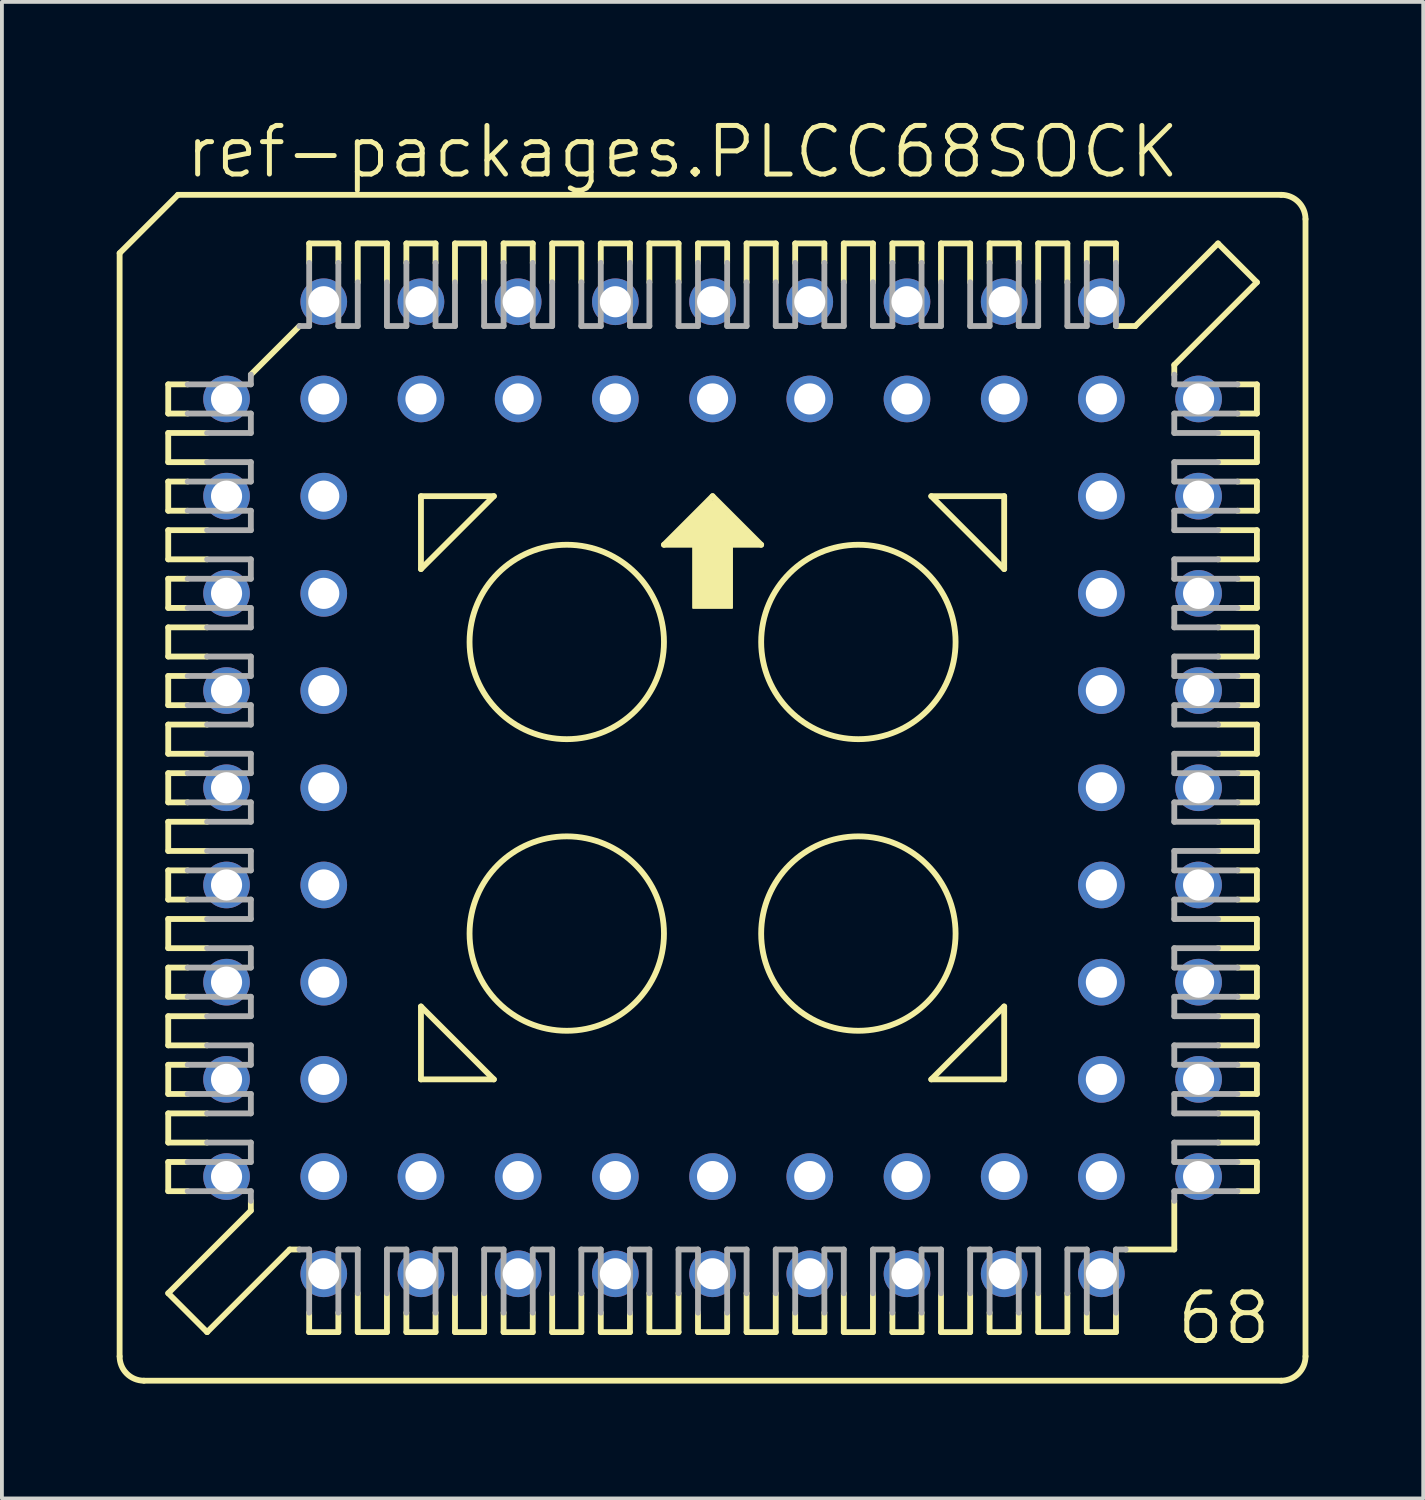
<source format=kicad_pcb>
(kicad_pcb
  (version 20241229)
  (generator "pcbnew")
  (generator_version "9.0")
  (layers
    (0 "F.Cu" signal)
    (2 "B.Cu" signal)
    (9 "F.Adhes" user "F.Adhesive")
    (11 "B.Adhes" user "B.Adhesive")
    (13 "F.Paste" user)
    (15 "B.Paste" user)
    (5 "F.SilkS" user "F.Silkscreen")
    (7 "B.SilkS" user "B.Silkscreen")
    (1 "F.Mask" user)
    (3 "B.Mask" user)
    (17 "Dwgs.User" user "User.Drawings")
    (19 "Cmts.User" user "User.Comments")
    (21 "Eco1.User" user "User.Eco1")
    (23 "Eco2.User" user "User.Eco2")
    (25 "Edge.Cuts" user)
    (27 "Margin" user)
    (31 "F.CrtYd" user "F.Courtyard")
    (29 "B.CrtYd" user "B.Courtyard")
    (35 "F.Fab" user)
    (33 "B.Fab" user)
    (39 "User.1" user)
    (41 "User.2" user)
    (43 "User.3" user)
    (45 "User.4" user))
  (footprint "ref-packages.PLCC68SOCK"
    (layer "F.Cu")
    (at 15.57 17.535)
    (property "Reference" "ref-packages.PLCC68SOCK" (at -13.843 -15.875 0) (layer "F.SilkS") (effects (font (size 1.27 1.27) (thickness 0.13)) (justify left bottom)))
    (attr through_hole)
    (fp_line (start -15.494 -13.97) (end -15.494 14.859) (stroke (width 0.152) (type default)) (layer "F.SilkS"))
    (fp_line (start -14.224 -10.541) (end -14.224 -9.779) (stroke (width 0.152) (type default)) (layer "F.SilkS"))
    (fp_line (start -14.224 -9.779) (end -13.716 -9.779) (stroke (width 0.152) (type default)) (layer "F.SilkS"))
    (fp_line (start -14.224 -9.271) (end -14.224 -8.509) (stroke (width 0.152) (type default)) (layer "F.SilkS"))
    (fp_line (start -14.224 -8.509) (end -13.208 -8.509) (stroke (width 0.152) (type default)) (layer "F.SilkS"))
    (fp_line (start -14.224 -8.001) (end -13.716 -8.001) (stroke (width 0.152) (type default)) (layer "F.SilkS"))
    (fp_line (start -14.224 -7.239) (end -14.224 -8.001) (stroke (width 0.152) (type default)) (layer "F.SilkS"))
    (fp_line (start -14.224 -6.731) (end -14.224 -5.969) (stroke (width 0.152) (type default)) (layer "F.SilkS"))
    (fp_line (start -14.224 -5.969) (end -13.208 -5.969) (stroke (width 0.152) (type default)) (layer "F.SilkS"))
    (fp_line (start -14.224 -5.461) (end -14.224 -4.699) (stroke (width 0.152) (type default)) (layer "F.SilkS"))
    (fp_line (start -14.224 -4.699) (end -13.716 -4.699) (stroke (width 0.152) (type default)) (layer "F.SilkS"))
    (fp_line (start -14.224 -4.191) (end -14.224 -3.429) (stroke (width 0.152) (type default)) (layer "F.SilkS"))
    (fp_line (start -14.224 -3.429) (end -13.208 -3.429) (stroke (width 0.152) (type default)) (layer "F.SilkS"))
    (fp_line (start -14.224 -2.921) (end -14.224 -2.159) (stroke (width 0.152) (type default)) (layer "F.SilkS"))
    (fp_line (start -14.224 -2.159) (end -13.716 -2.159) (stroke (width 0.152) (type default)) (layer "F.SilkS"))
    (fp_line (start -14.224 -1.651) (end -13.208 -1.651) (stroke (width 0.152) (type default)) (layer "F.SilkS"))
    (fp_line (start -14.224 -0.889) (end -14.224 -1.651) (stroke (width 0.152) (type default)) (layer "F.SilkS"))
    (fp_line (start -14.224 -0.381) (end -13.716 -0.381) (stroke (width 0.152) (type default)) (layer "F.SilkS"))
    (fp_line (start -14.224 0.381) (end -14.224 -0.381) (stroke (width 0.152) (type default)) (layer "F.SilkS"))
    (fp_line (start -14.224 0.889) (end -13.208 0.889) (stroke (width 0.152) (type default)) (layer "F.SilkS"))
    (fp_line (start -14.224 1.651) (end -14.224 0.889) (stroke (width 0.152) (type default)) (layer "F.SilkS"))
    (fp_line (start -14.224 2.159) (end -13.716 2.159) (stroke (width 0.152) (type default)) (layer "F.SilkS"))
    (fp_line (start -14.224 2.921) (end -14.224 2.159) (stroke (width 0.152) (type default)) (layer "F.SilkS"))
    (fp_line (start -14.224 3.429) (end -13.208 3.429) (stroke (width 0.152) (type default)) (layer "F.SilkS"))
    (fp_line (start -14.224 4.191) (end -14.224 3.429) (stroke (width 0.152) (type default)) (layer "F.SilkS"))
    (fp_line (start -14.224 4.699) (end -13.716 4.699) (stroke (width 0.152) (type default)) (layer "F.SilkS"))
    (fp_line (start -14.224 5.461) (end -14.224 4.699) (stroke (width 0.152) (type default)) (layer "F.SilkS"))
    (fp_line (start -14.224 5.969) (end -14.224 6.731) (stroke (width 0.152) (type default)) (layer "F.SilkS"))
    (fp_line (start -14.224 6.731) (end -13.208 6.731) (stroke (width 0.152) (type default)) (layer "F.SilkS"))
    (fp_line (start -14.224 7.239) (end -14.224 8.001) (stroke (width 0.152) (type default)) (layer "F.SilkS"))
    (fp_line (start -14.224 8.001) (end -13.716 8.001) (stroke (width 0.152) (type default)) (layer "F.SilkS"))
    (fp_line (start -14.224 8.509) (end -14.224 9.271) (stroke (width 0.152) (type default)) (layer "F.SilkS"))
    (fp_line (start -14.224 9.271) (end -13.208 9.271) (stroke (width 0.152) (type default)) (layer "F.SilkS"))
    (fp_line (start -14.224 9.779) (end -13.716 9.779) (stroke (width 0.152) (type default)) (layer "F.SilkS"))
    (fp_line (start -14.224 10.541) (end -14.224 9.779) (stroke (width 0.152) (type default)) (layer "F.SilkS"))
    (fp_line (start -14.224 13.208) (end -12.065 11.049) (stroke (width 0.152) (type default)) (layer "F.SilkS"))
    (fp_line (start -13.97 -15.494) (end -15.494 -13.97) (stroke (width 0.152) (type default)) (layer "F.SilkS"))
    (fp_line (start -13.716 -10.541) (end -14.224 -10.541) (stroke (width 0.152) (type default)) (layer "F.SilkS"))
    (fp_line (start -13.716 -7.239) (end -14.224 -7.239) (stroke (width 0.152) (type default)) (layer "F.SilkS"))
    (fp_line (start -13.716 -5.461) (end -14.224 -5.461) (stroke (width 0.152) (type default)) (layer "F.SilkS"))
    (fp_line (start -13.716 -2.921) (end -14.224 -2.921) (stroke (width 0.152) (type default)) (layer "F.SilkS"))
    (fp_line (start -13.716 0.381) (end -14.224 0.381) (stroke (width 0.152) (type default)) (layer "F.SilkS"))
    (fp_line (start -13.716 2.921) (end -14.224 2.921) (stroke (width 0.152) (type default)) (layer "F.SilkS"))
    (fp_line (start -13.716 5.461) (end -14.224 5.461) (stroke (width 0.152) (type default)) (layer "F.SilkS"))
    (fp_line (start -13.716 7.239) (end -14.224 7.239) (stroke (width 0.152) (type default)) (layer "F.SilkS"))
    (fp_line (start -13.716 10.541) (end -14.224 10.541) (stroke (width 0.152) (type default)) (layer "F.SilkS"))
    (fp_line (start -13.208 -9.271) (end -14.224 -9.271) (stroke (width 0.152) (type default)) (layer "F.SilkS"))
    (fp_line (start -13.208 -6.731) (end -14.224 -6.731) (stroke (width 0.152) (type default)) (layer "F.SilkS"))
    (fp_line (start -13.208 -4.191) (end -14.224 -4.191) (stroke (width 0.152) (type default)) (layer "F.SilkS"))
    (fp_line (start -13.208 -0.889) (end -14.224 -0.889) (stroke (width 0.152) (type default)) (layer "F.SilkS"))
    (fp_line (start -13.208 1.651) (end -14.224 1.651) (stroke (width 0.152) (type default)) (layer "F.SilkS"))
    (fp_line (start -13.208 4.191) (end -14.224 4.191) (stroke (width 0.152) (type default)) (layer "F.SilkS"))
    (fp_line (start -13.208 5.969) (end -14.224 5.969) (stroke (width 0.152) (type default)) (layer "F.SilkS"))
    (fp_line (start -13.208 8.509) (end -14.224 8.509) (stroke (width 0.152) (type default)) (layer "F.SilkS"))
    (fp_line (start -13.208 14.224) (end -14.224 13.208) (stroke (width 0.152) (type default)) (layer "F.SilkS"))
    (fp_line (start -13.208 14.224) (end -11.049 12.065) (stroke (width 0.152) (type default)) (layer "F.SilkS"))
    (fp_line (start -12.065 -10.795) (end -10.795 -12.065) (stroke (width 0.152) (type default)) (layer "F.SilkS"))
    (fp_line (start -12.065 11.049) (end -12.065 10.795) (stroke (width 0.152) (type default)) (layer "F.SilkS"))
    (fp_line (start -11.049 12.065) (end -10.795 12.065) (stroke (width 0.152) (type default)) (layer "F.SilkS"))
    (fp_line (start -10.541 -14.224) (end -10.541 -13.716) (stroke (width 0.152) (type default)) (layer "F.SilkS"))
    (fp_line (start -10.541 13.716) (end -10.541 14.224) (stroke (width 0.152) (type default)) (layer "F.SilkS"))
    (fp_line (start -10.541 14.224) (end -9.779 14.224) (stroke (width 0.152) (type default)) (layer "F.SilkS"))
    (fp_line (start -9.779 -14.224) (end -10.541 -14.224) (stroke (width 0.152) (type default)) (layer "F.SilkS"))
    (fp_line (start -9.779 -13.716) (end -9.779 -14.224) (stroke (width 0.152) (type default)) (layer "F.SilkS"))
    (fp_line (start -9.779 14.224) (end -9.779 13.716) (stroke (width 0.152) (type default)) (layer "F.SilkS"))
    (fp_line (start -9.271 -14.224) (end -9.271 -13.208) (stroke (width 0.152) (type default)) (layer "F.SilkS"))
    (fp_line (start -9.271 13.208) (end -9.271 14.224) (stroke (width 0.152) (type default)) (layer "F.SilkS"))
    (fp_line (start -9.271 14.224) (end -8.509 14.224) (stroke (width 0.152) (type default)) (layer "F.SilkS"))
    (fp_line (start -8.509 -14.224) (end -9.271 -14.224) (stroke (width 0.152) (type default)) (layer "F.SilkS"))
    (fp_line (start -8.509 -13.208) (end -8.509 -14.224) (stroke (width 0.152) (type default)) (layer "F.SilkS"))
    (fp_line (start -8.509 14.224) (end -8.509 13.208) (stroke (width 0.152) (type default)) (layer "F.SilkS"))
    (fp_line (start -8.001 -14.224) (end -8.001 -13.716) (stroke (width 0.152) (type default)) (layer "F.SilkS"))
    (fp_line (start -8.001 14.224) (end -8.001 13.716) (stroke (width 0.152) (type default)) (layer "F.SilkS"))
    (fp_line (start -7.62 -7.62) (end -5.715 -7.62) (stroke (width 0.152) (type default)) (layer "F.SilkS"))
    (fp_line (start -7.62 -5.715) (end -7.62 -7.62) (stroke (width 0.152) (type default)) (layer "F.SilkS"))
    (fp_line (start -7.62 5.715) (end -5.715 7.62) (stroke (width 0.152) (type default)) (layer "F.SilkS"))
    (fp_line (start -7.62 7.62) (end -7.62 5.715) (stroke (width 0.152) (type default)) (layer "F.SilkS"))
    (fp_line (start -7.239 -14.224) (end -8.001 -14.224) (stroke (width 0.152) (type default)) (layer "F.SilkS"))
    (fp_line (start -7.239 -13.716) (end -7.239 -14.224) (stroke (width 0.152) (type default)) (layer "F.SilkS"))
    (fp_line (start -7.239 13.716) (end -7.239 14.224) (stroke (width 0.152) (type default)) (layer "F.SilkS"))
    (fp_line (start -7.239 14.224) (end -8.001 14.224) (stroke (width 0.152) (type default)) (layer "F.SilkS"))
    (fp_line (start -6.731 -14.224) (end -6.731 -13.208) (stroke (width 0.152) (type default)) (layer "F.SilkS"))
    (fp_line (start -6.731 13.208) (end -6.731 14.224) (stroke (width 0.152) (type default)) (layer "F.SilkS"))
    (fp_line (start -6.731 14.224) (end -5.969 14.224) (stroke (width 0.152) (type default)) (layer "F.SilkS"))
    (fp_line (start -5.969 -14.224) (end -6.731 -14.224) (stroke (width 0.152) (type default)) (layer "F.SilkS"))
    (fp_line (start -5.969 -13.208) (end -5.969 -14.224) (stroke (width 0.152) (type default)) (layer "F.SilkS"))
    (fp_line (start -5.969 14.224) (end -5.969 13.208) (stroke (width 0.152) (type default)) (layer "F.SilkS"))
    (fp_line (start -5.715 -7.62) (end -7.62 -5.715) (stroke (width 0.152) (type default)) (layer "F.SilkS"))
    (fp_line (start -5.715 7.62) (end -7.62 7.62) (stroke (width 0.152) (type default)) (layer "F.SilkS"))
    (fp_line (start -5.461 -14.224) (end -5.461 -13.716) (stroke (width 0.152) (type default)) (layer "F.SilkS"))
    (fp_line (start -5.461 13.716) (end -5.461 14.224) (stroke (width 0.152) (type default)) (layer "F.SilkS"))
    (fp_line (start -5.461 14.224) (end -4.699 14.224) (stroke (width 0.152) (type default)) (layer "F.SilkS"))
    (fp_line (start -4.699 -14.224) (end -5.461 -14.224) (stroke (width 0.152) (type default)) (layer "F.SilkS"))
    (fp_line (start -4.699 -13.716) (end -4.699 -14.224) (stroke (width 0.152) (type default)) (layer "F.SilkS"))
    (fp_line (start -4.699 14.224) (end -4.699 13.716) (stroke (width 0.152) (type default)) (layer "F.SilkS"))
    (fp_line (start -4.191 -14.224) (end -4.191 -13.208) (stroke (width 0.152) (type default)) (layer "F.SilkS"))
    (fp_line (start -4.191 13.208) (end -4.191 14.224) (stroke (width 0.152) (type default)) (layer "F.SilkS"))
    (fp_line (start -4.191 14.224) (end -3.429 14.224) (stroke (width 0.152) (type default)) (layer "F.SilkS"))
    (fp_line (start -3.429 -14.224) (end -4.191 -14.224) (stroke (width 0.152) (type default)) (layer "F.SilkS"))
    (fp_line (start -3.429 -13.208) (end -3.429 -14.224) (stroke (width 0.152) (type default)) (layer "F.SilkS"))
    (fp_line (start -3.429 14.224) (end -3.429 13.208) (stroke (width 0.152) (type default)) (layer "F.SilkS"))
    (fp_line (start -2.921 -14.224) (end -2.921 -13.716) (stroke (width 0.152) (type default)) (layer "F.SilkS"))
    (fp_line (start -2.921 13.716) (end -2.921 14.224) (stroke (width 0.152) (type default)) (layer "F.SilkS"))
    (fp_line (start -2.921 14.224) (end -2.159 14.224) (stroke (width 0.152) (type default)) (layer "F.SilkS"))
    (fp_line (start -2.159 -14.224) (end -2.921 -14.224) (stroke (width 0.152) (type default)) (layer "F.SilkS"))
    (fp_line (start -2.159 -13.716) (end -2.159 -14.224) (stroke (width 0.152) (type default)) (layer "F.SilkS"))
    (fp_line (start -2.159 14.224) (end -2.159 13.716) (stroke (width 0.152) (type default)) (layer "F.SilkS"))
    (fp_line (start -1.651 -14.224) (end -1.651 -13.208) (stroke (width 0.152) (type default)) (layer "F.SilkS"))
    (fp_line (start -1.651 13.208) (end -1.651 14.224) (stroke (width 0.152) (type default)) (layer "F.SilkS"))
    (fp_line (start -1.651 14.224) (end -0.889 14.224) (stroke (width 0.152) (type default)) (layer "F.SilkS"))
    (fp_line (start -1.27 -6.35) (end 1.27 -6.35) (stroke (width 0.152) (type default)) (layer "F.SilkS"))
    (fp_line (start -0.889 -14.224) (end -1.651 -14.224) (stroke (width 0.152) (type default)) (layer "F.SilkS"))
    (fp_line (start -0.889 -13.208) (end -0.889 -14.224) (stroke (width 0.152) (type default)) (layer "F.SilkS"))
    (fp_line (start -0.889 14.224) (end -0.889 13.208) (stroke (width 0.152) (type default)) (layer "F.SilkS"))
    (fp_line (start -0.381 -14.224) (end -0.381 -13.716) (stroke (width 0.152) (type default)) (layer "F.SilkS"))
    (fp_line (start -0.381 13.716) (end -0.381 14.224) (stroke (width 0.152) (type default)) (layer "F.SilkS"))
    (fp_line (start -0.381 14.224) (end 0.381 14.224) (stroke (width 0.152) (type default)) (layer "F.SilkS"))
    (fp_line (start 0 -7.62) (end -1.27 -6.35) (stroke (width 0.152) (type default)) (layer "F.SilkS"))
    (fp_line (start 0.381 -14.224) (end -0.381 -14.224) (stroke (width 0.152) (type default)) (layer "F.SilkS"))
    (fp_line (start 0.381 -13.716) (end 0.381 -14.224) (stroke (width 0.152) (type default)) (layer "F.SilkS"))
    (fp_line (start 0.381 14.224) (end 0.381 13.716) (stroke (width 0.152) (type default)) (layer "F.SilkS"))
    (fp_line (start 0.889 -14.224) (end 0.889 -13.208) (stroke (width 0.152) (type default)) (layer "F.SilkS"))
    (fp_line (start 0.889 13.208) (end 0.889 14.224) (stroke (width 0.152) (type default)) (layer "F.SilkS"))
    (fp_line (start 0.889 14.224) (end 1.651 14.224) (stroke (width 0.152) (type default)) (layer "F.SilkS"))
    (fp_line (start 1.27 -6.35) (end 0 -7.62) (stroke (width 0.152) (type default)) (layer "F.SilkS"))
    (fp_line (start 1.651 -14.224) (end 0.889 -14.224) (stroke (width 0.152) (type default)) (layer "F.SilkS"))
    (fp_line (start 1.651 -13.208) (end 1.651 -14.224) (stroke (width 0.152) (type default)) (layer "F.SilkS"))
    (fp_line (start 1.651 14.224) (end 1.651 13.208) (stroke (width 0.152) (type default)) (layer "F.SilkS"))
    (fp_line (start 2.159 -14.224) (end 2.159 -13.716) (stroke (width 0.152) (type default)) (layer "F.SilkS"))
    (fp_line (start 2.159 13.716) (end 2.159 14.224) (stroke (width 0.152) (type default)) (layer "F.SilkS"))
    (fp_line (start 2.159 14.224) (end 2.921 14.224) (stroke (width 0.152) (type default)) (layer "F.SilkS"))
    (fp_line (start 2.921 -14.224) (end 2.159 -14.224) (stroke (width 0.152) (type default)) (layer "F.SilkS"))
    (fp_line (start 2.921 -13.716) (end 2.921 -14.224) (stroke (width 0.152) (type default)) (layer "F.SilkS"))
    (fp_line (start 2.921 14.224) (end 2.921 13.716) (stroke (width 0.152) (type default)) (layer "F.SilkS"))
    (fp_line (start 3.429 -14.224) (end 3.429 -13.208) (stroke (width 0.152) (type default)) (layer "F.SilkS"))
    (fp_line (start 3.429 13.208) (end 3.429 14.224) (stroke (width 0.152) (type default)) (layer "F.SilkS"))
    (fp_line (start 3.429 14.224) (end 4.191 14.224) (stroke (width 0.152) (type default)) (layer "F.SilkS"))
    (fp_line (start 4.191 -14.224) (end 3.429 -14.224) (stroke (width 0.152) (type default)) (layer "F.SilkS"))
    (fp_line (start 4.191 -13.208) (end 4.191 -14.224) (stroke (width 0.152) (type default)) (layer "F.SilkS"))
    (fp_line (start 4.191 14.224) (end 4.191 13.208) (stroke (width 0.152) (type default)) (layer "F.SilkS"))
    (fp_line (start 4.699 -14.224) (end 4.699 -13.716) (stroke (width 0.152) (type default)) (layer "F.SilkS"))
    (fp_line (start 4.699 13.716) (end 4.699 14.224) (stroke (width 0.152) (type default)) (layer "F.SilkS"))
    (fp_line (start 4.699 14.224) (end 5.461 14.224) (stroke (width 0.152) (type default)) (layer "F.SilkS"))
    (fp_line (start 5.461 -14.224) (end 4.699 -14.224) (stroke (width 0.152) (type default)) (layer "F.SilkS"))
    (fp_line (start 5.461 -13.716) (end 5.461 -14.224) (stroke (width 0.152) (type default)) (layer "F.SilkS"))
    (fp_line (start 5.461 14.224) (end 5.461 13.716) (stroke (width 0.152) (type default)) (layer "F.SilkS"))
    (fp_line (start 5.715 -7.62) (end 7.62 -7.62) (stroke (width 0.152) (type default)) (layer "F.SilkS"))
    (fp_line (start 5.715 7.62) (end 7.62 7.62) (stroke (width 0.152) (type default)) (layer "F.SilkS"))
    (fp_line (start 5.969 -14.224) (end 5.969 -13.208) (stroke (width 0.152) (type default)) (layer "F.SilkS"))
    (fp_line (start 5.969 13.208) (end 5.969 14.224) (stroke (width 0.152) (type default)) (layer "F.SilkS"))
    (fp_line (start 5.969 14.224) (end 6.731 14.224) (stroke (width 0.152) (type default)) (layer "F.SilkS"))
    (fp_line (start 6.731 -14.224) (end 5.969 -14.224) (stroke (width 0.152) (type default)) (layer "F.SilkS"))
    (fp_line (start 6.731 -13.208) (end 6.731 -14.224) (stroke (width 0.152) (type default)) (layer "F.SilkS"))
    (fp_line (start 6.731 14.224) (end 6.731 13.208) (stroke (width 0.152) (type default)) (layer "F.SilkS"))
    (fp_line (start 7.239 -14.224) (end 8.001 -14.224) (stroke (width 0.152) (type default)) (layer "F.SilkS"))
    (fp_line (start 7.239 -13.716) (end 7.239 -14.224) (stroke (width 0.152) (type default)) (layer "F.SilkS"))
    (fp_line (start 7.239 13.716) (end 7.239 14.224) (stroke (width 0.152) (type default)) (layer "F.SilkS"))
    (fp_line (start 7.239 14.224) (end 8.001 14.224) (stroke (width 0.152) (type default)) (layer "F.SilkS"))
    (fp_line (start 7.62 -7.62) (end 7.62 -5.715) (stroke (width 0.152) (type default)) (layer "F.SilkS"))
    (fp_line (start 7.62 -5.715) (end 5.715 -7.62) (stroke (width 0.152) (type default)) (layer "F.SilkS"))
    (fp_line (start 7.62 5.715) (end 5.715 7.62) (stroke (width 0.152) (type default)) (layer "F.SilkS"))
    (fp_line (start 7.62 7.62) (end 7.62 5.715) (stroke (width 0.152) (type default)) (layer "F.SilkS"))
    (fp_line (start 8.001 -14.224) (end 8.001 -13.716) (stroke (width 0.152) (type default)) (layer "F.SilkS"))
    (fp_line (start 8.001 14.224) (end 8.001 13.716) (stroke (width 0.152) (type default)) (layer "F.SilkS"))
    (fp_line (start 8.509 -14.224) (end 8.509 -13.208) (stroke (width 0.152) (type default)) (layer "F.SilkS"))
    (fp_line (start 8.509 13.208) (end 8.509 14.224) (stroke (width 0.152) (type default)) (layer "F.SilkS"))
    (fp_line (start 8.509 14.224) (end 9.271 14.224) (stroke (width 0.152) (type default)) (layer "F.SilkS"))
    (fp_line (start 9.271 -14.224) (end 8.509 -14.224) (stroke (width 0.152) (type default)) (layer "F.SilkS"))
    (fp_line (start 9.271 -13.208) (end 9.271 -14.224) (stroke (width 0.152) (type default)) (layer "F.SilkS"))
    (fp_line (start 9.271 14.224) (end 9.271 13.208) (stroke (width 0.152) (type default)) (layer "F.SilkS"))
    (fp_line (start 9.779 -14.224) (end 9.779 -13.716) (stroke (width 0.152) (type default)) (layer "F.SilkS"))
    (fp_line (start 9.779 13.716) (end 9.779 14.224) (stroke (width 0.152) (type default)) (layer "F.SilkS"))
    (fp_line (start 9.779 14.224) (end 10.541 14.224) (stroke (width 0.152) (type default)) (layer "F.SilkS"))
    (fp_line (start 10.541 -14.224) (end 9.779 -14.224) (stroke (width 0.152) (type default)) (layer "F.SilkS"))
    (fp_line (start 10.541 -13.716) (end 10.541 -14.224) (stroke (width 0.152) (type default)) (layer "F.SilkS"))
    (fp_line (start 10.541 14.224) (end 10.541 13.716) (stroke (width 0.152) (type default)) (layer "F.SilkS"))
    (fp_line (start 10.795 12.065) (end 12.065 12.065) (stroke (width 0.152) (type default)) (layer "F.SilkS"))
    (fp_line (start 11.049 -12.065) (end 10.541 -12.065) (stroke (width 0.152) (type default)) (layer "F.SilkS"))
    (fp_line (start 12.065 -11.049) (end 12.065 -10.795) (stroke (width 0.152) (type default)) (layer "F.SilkS"))
    (fp_line (start 12.065 12.065) (end 12.065 10.795) (stroke (width 0.152) (type default)) (layer "F.SilkS"))
    (fp_line (start 13.208 -14.224) (end 11.049 -12.065) (stroke (width 0.152) (type default)) (layer "F.SilkS"))
    (fp_line (start 13.208 -8.509) (end 14.224 -8.509) (stroke (width 0.152) (type default)) (layer "F.SilkS"))
    (fp_line (start 13.208 -5.969) (end 14.224 -5.969) (stroke (width 0.152) (type default)) (layer "F.SilkS"))
    (fp_line (start 13.208 -4.191) (end 14.224 -4.191) (stroke (width 0.152) (type default)) (layer "F.SilkS"))
    (fp_line (start 13.208 -1.651) (end 14.224 -1.651) (stroke (width 0.152) (type default)) (layer "F.SilkS"))
    (fp_line (start 13.208 0.889) (end 14.224 0.889) (stroke (width 0.152) (type default)) (layer "F.SilkS"))
    (fp_line (start 13.208 4.191) (end 14.224 4.191) (stroke (width 0.152) (type default)) (layer "F.SilkS"))
    (fp_line (start 13.208 6.731) (end 14.224 6.731) (stroke (width 0.152) (type default)) (layer "F.SilkS"))
    (fp_line (start 13.208 9.271) (end 14.224 9.271) (stroke (width 0.152) (type default)) (layer "F.SilkS"))
    (fp_line (start 13.716 -10.541) (end 14.224 -10.541) (stroke (width 0.152) (type default)) (layer "F.SilkS"))
    (fp_line (start 13.716 -7.239) (end 14.224 -7.239) (stroke (width 0.152) (type default)) (layer "F.SilkS"))
    (fp_line (start 13.716 -5.461) (end 14.224 -5.461) (stroke (width 0.152) (type default)) (layer "F.SilkS"))
    (fp_line (start 13.716 -2.921) (end 14.224 -2.921) (stroke (width 0.152) (type default)) (layer "F.SilkS"))
    (fp_line (start 13.716 -0.381) (end 14.224 -0.381) (stroke (width 0.152) (type default)) (layer "F.SilkS"))
    (fp_line (start 13.716 2.921) (end 14.224 2.921) (stroke (width 0.152) (type default)) (layer "F.SilkS"))
    (fp_line (start 13.716 5.461) (end 14.224 5.461) (stroke (width 0.152) (type default)) (layer "F.SilkS"))
    (fp_line (start 13.716 7.239) (end 14.224 7.239) (stroke (width 0.152) (type default)) (layer "F.SilkS"))
    (fp_line (start 13.716 10.541) (end 14.224 10.541) (stroke (width 0.152) (type default)) (layer "F.SilkS"))
    (fp_line (start 14.224 -13.208) (end 12.065 -11.049) (stroke (width 0.152) (type default)) (layer "F.SilkS"))
    (fp_line (start 14.224 -13.208) (end 13.208 -14.224) (stroke (width 0.152) (type default)) (layer "F.SilkS"))
    (fp_line (start 14.224 -10.541) (end 14.224 -9.779) (stroke (width 0.152) (type default)) (layer "F.SilkS"))
    (fp_line (start 14.224 -9.779) (end 13.716 -9.779) (stroke (width 0.152) (type default)) (layer "F.SilkS"))
    (fp_line (start 14.224 -9.271) (end 13.208 -9.271) (stroke (width 0.152) (type default)) (layer "F.SilkS"))
    (fp_line (start 14.224 -8.509) (end 14.224 -9.271) (stroke (width 0.152) (type default)) (layer "F.SilkS"))
    (fp_line (start 14.224 -8.001) (end 13.716 -8.001) (stroke (width 0.152) (type default)) (layer "F.SilkS"))
    (fp_line (start 14.224 -7.239) (end 14.224 -8.001) (stroke (width 0.152) (type default)) (layer "F.SilkS"))
    (fp_line (start 14.224 -6.731) (end 13.208 -6.731) (stroke (width 0.152) (type default)) (layer "F.SilkS"))
    (fp_line (start 14.224 -5.969) (end 14.224 -6.731) (stroke (width 0.152) (type default)) (layer "F.SilkS"))
    (fp_line (start 14.224 -5.461) (end 14.224 -4.699) (stroke (width 0.152) (type default)) (layer "F.SilkS"))
    (fp_line (start 14.224 -4.699) (end 13.716 -4.699) (stroke (width 0.152) (type default)) (layer "F.SilkS"))
    (fp_line (start 14.224 -4.191) (end 14.224 -3.429) (stroke (width 0.152) (type default)) (layer "F.SilkS"))
    (fp_line (start 14.224 -3.429) (end 13.208 -3.429) (stroke (width 0.152) (type default)) (layer "F.SilkS"))
    (fp_line (start 14.224 -2.921) (end 14.224 -2.159) (stroke (width 0.152) (type default)) (layer "F.SilkS"))
    (fp_line (start 14.224 -2.159) (end 13.716 -2.159) (stroke (width 0.152) (type default)) (layer "F.SilkS"))
    (fp_line (start 14.224 -1.651) (end 14.224 -0.889) (stroke (width 0.152) (type default)) (layer "F.SilkS"))
    (fp_line (start 14.224 -0.889) (end 13.208 -0.889) (stroke (width 0.152) (type default)) (layer "F.SilkS"))
    (fp_line (start 14.224 -0.381) (end 14.224 0.381) (stroke (width 0.152) (type default)) (layer "F.SilkS"))
    (fp_line (start 14.224 0.381) (end 13.716 0.381) (stroke (width 0.152) (type default)) (layer "F.SilkS"))
    (fp_line (start 14.224 0.889) (end 14.224 1.651) (stroke (width 0.152) (type default)) (layer "F.SilkS"))
    (fp_line (start 14.224 1.651) (end 13.208 1.651) (stroke (width 0.152) (type default)) (layer "F.SilkS"))
    (fp_line (start 14.224 2.159) (end 13.716 2.159) (stroke (width 0.152) (type default)) (layer "F.SilkS"))
    (fp_line (start 14.224 2.921) (end 14.224 2.159) (stroke (width 0.152) (type default)) (layer "F.SilkS"))
    (fp_line (start 14.224 3.429) (end 13.208 3.429) (stroke (width 0.152) (type default)) (layer "F.SilkS"))
    (fp_line (start 14.224 4.191) (end 14.224 3.429) (stroke (width 0.152) (type default)) (layer "F.SilkS"))
    (fp_line (start 14.224 4.699) (end 13.716 4.699) (stroke (width 0.152) (type default)) (layer "F.SilkS"))
    (fp_line (start 14.224 5.461) (end 14.224 4.699) (stroke (width 0.152) (type default)) (layer "F.SilkS"))
    (fp_line (start 14.224 5.969) (end 13.208 5.969) (stroke (width 0.152) (type default)) (layer "F.SilkS"))
    (fp_line (start 14.224 6.731) (end 14.224 5.969) (stroke (width 0.152) (type default)) (layer "F.SilkS"))
    (fp_line (start 14.224 7.239) (end 14.224 8.001) (stroke (width 0.152) (type default)) (layer "F.SilkS"))
    (fp_line (start 14.224 8.001) (end 13.716 8.001) (stroke (width 0.152) (type default)) (layer "F.SilkS"))
    (fp_line (start 14.224 8.509) (end 13.208 8.509) (stroke (width 0.152) (type default)) (layer "F.SilkS"))
    (fp_line (start 14.224 9.271) (end 14.224 8.509) (stroke (width 0.152) (type default)) (layer "F.SilkS"))
    (fp_line (start 14.224 9.779) (end 13.716 9.779) (stroke (width 0.152) (type default)) (layer "F.SilkS"))
    (fp_line (start 14.224 10.541) (end 14.224 9.779) (stroke (width 0.152) (type default)) (layer "F.SilkS"))
    (fp_line (start 14.859 -15.494) (end -13.97 -15.494) (stroke (width 0.152) (type default)) (layer "F.SilkS"))
    (fp_line (start 14.859 15.494) (end -14.859 15.494) (stroke (width 0.152) (type default)) (layer "F.SilkS"))
    (fp_line (start 15.494 -14.859) (end 15.494 14.859) (stroke (width 0.152) (type default)) (layer "F.SilkS"))
    (fp_rect (start -1.143 -6.35) (end -0.889 -6.477) (stroke (width 0.05) (type default)) (fill yes) (layer "F.SilkS"))
    (fp_rect (start -1.016 -6.477) (end -0.889 -6.604) (stroke (width 0.05) (type default)) (fill yes) (layer "F.SilkS"))
    (fp_rect (start -0.889 -6.35) (end 0.889 -6.731) (stroke (width 0.05) (type default)) (fill yes) (layer "F.SilkS"))
    (fp_rect (start -0.762 -6.731) (end -0.635 -6.858) (stroke (width 0.05) (type default)) (fill yes) (layer "F.SilkS"))
    (fp_rect (start -0.635 -6.731) (end 0.635 -6.985) (stroke (width 0.05) (type default)) (fill yes) (layer "F.SilkS"))
    (fp_rect (start -0.508 -6.985) (end -0.381 -7.112) (stroke (width 0.05) (type default)) (fill yes) (layer "F.SilkS"))
    (fp_rect (start -0.508 -4.699) (end 0.508 -6.604) (stroke (width 0.05) (type default)) (fill yes) (layer "F.SilkS"))
    (fp_rect (start -0.381 -6.985) (end 0.381 -7.239) (stroke (width 0.05) (type default)) (fill yes) (layer "F.SilkS"))
    (fp_rect (start -0.254 -7.239) (end -0.127 -7.366) (stroke (width 0.05) (type default)) (fill yes) (layer "F.SilkS"))
    (fp_rect (start -0.127 -7.239) (end 0.127 -7.493) (stroke (width 0.05) (type default)) (fill yes) (layer "F.SilkS"))
    (fp_rect (start 0.127 -7.239) (end 0.254 -7.366) (stroke (width 0.05) (type default)) (fill yes) (layer "F.SilkS"))
    (fp_rect (start 0.381 -6.985) (end 0.508 -7.112) (stroke (width 0.05) (type default)) (fill yes) (layer "F.SilkS"))
    (fp_rect (start 0.635 -6.731) (end 0.762 -6.858) (stroke (width 0.05) (type default)) (fill yes) (layer "F.SilkS"))
    (fp_rect (start 0.889 -6.477) (end 1.016 -6.604) (stroke (width 0.05) (type default)) (fill yes) (layer "F.SilkS"))
    (fp_rect (start 0.889 -6.35) (end 1.143 -6.477) (stroke (width 0.05) (type default)) (fill yes) (layer "F.SilkS"))
    (fp_arc (start -14.859 15.494) (mid -15.308013 15.308013) (end -15.494 14.859) (stroke (width 0.1524) (type default)) (layer "F.SilkS"))
    (fp_arc (start 14.859 -15.494) (mid 15.308013 -15.308013) (end 15.494 -14.859) (stroke (width 0.1524) (type default)) (layer "F.SilkS"))
    (fp_arc (start 15.494 14.859) (mid 15.308013 15.308013) (end 14.859 15.494) (stroke (width 0.1524) (type default)) (layer "F.SilkS"))
    (fp_circle (center -3.81 -3.81) (end -1.27 -3.81) (stroke (width 0.152) (type default)) (fill no) (layer "F.SilkS"))
    (fp_circle (center -3.81 3.81) (end -1.27 3.81) (stroke (width 0.152) (type default)) (fill no) (layer "F.SilkS"))
    (fp_circle (center 3.81 -3.81) (end 6.35 -3.81) (stroke (width 0.152) (type default)) (fill no) (layer "F.SilkS"))
    (fp_circle (center 3.81 3.81) (end 6.35 3.81) (stroke (width 0.152) (type default)) (fill no) (layer "F.SilkS"))
    (fp_line (start -13.716 -10.541) (end -12.065 -10.541) (stroke (width 0.152) (type default)) (layer "F.Fab"))
    (fp_line (start -13.716 -7.239) (end -12.065 -7.239) (stroke (width 0.152) (type default)) (layer "F.Fab"))
    (fp_line (start -13.716 -5.461) (end -12.065 -5.461) (stroke (width 0.152) (type default)) (layer "F.Fab"))
    (fp_line (start -13.716 -2.921) (end -12.065 -2.921) (stroke (width 0.152) (type default)) (layer "F.Fab"))
    (fp_line (start -13.716 0.381) (end -12.065 0.381) (stroke (width 0.152) (type default)) (layer "F.Fab"))
    (fp_line (start -13.716 2.921) (end -12.065 2.921) (stroke (width 0.152) (type default)) (layer "F.Fab"))
    (fp_line (start -13.716 5.461) (end -12.065 5.461) (stroke (width 0.152) (type default)) (layer "F.Fab"))
    (fp_line (start -13.716 7.239) (end -12.065 7.239) (stroke (width 0.152) (type default)) (layer "F.Fab"))
    (fp_line (start -13.716 9.779) (end -12.065 9.779) (stroke (width 0.152) (type default)) (layer "F.Fab"))
    (fp_line (start -13.716 10.541) (end -12.065 10.541) (stroke (width 0.152) (type default)) (layer "F.Fab"))
    (fp_line (start -13.208 -9.271) (end -12.065 -9.271) (stroke (width 0.152) (type default)) (layer "F.Fab"))
    (fp_line (start -13.208 -6.731) (end -12.065 -6.731) (stroke (width 0.152) (type default)) (layer "F.Fab"))
    (fp_line (start -13.208 -4.191) (end -12.065 -4.191) (stroke (width 0.152) (type default)) (layer "F.Fab"))
    (fp_line (start -13.208 -0.889) (end -12.065 -0.889) (stroke (width 0.152) (type default)) (layer "F.Fab"))
    (fp_line (start -13.208 1.651) (end -12.065 1.651) (stroke (width 0.152) (type default)) (layer "F.Fab"))
    (fp_line (start -13.208 4.191) (end -12.065 4.191) (stroke (width 0.152) (type default)) (layer "F.Fab"))
    (fp_line (start -13.208 5.969) (end -12.065 5.969) (stroke (width 0.152) (type default)) (layer "F.Fab"))
    (fp_line (start -13.208 8.509) (end -12.065 8.509) (stroke (width 0.152) (type default)) (layer "F.Fab"))
    (fp_line (start -12.065 -10.541) (end -12.065 -10.795) (stroke (width 0.152) (type default)) (layer "F.Fab"))
    (fp_line (start -12.065 -9.779) (end -13.716 -9.779) (stroke (width 0.152) (type default)) (layer "F.Fab"))
    (fp_line (start -12.065 -9.779) (end -12.065 -9.271) (stroke (width 0.152) (type default)) (layer "F.Fab"))
    (fp_line (start -12.065 -8.509) (end -13.208 -8.509) (stroke (width 0.152) (type default)) (layer "F.Fab"))
    (fp_line (start -12.065 -8.001) (end -13.716 -8.001) (stroke (width 0.152) (type default)) (layer "F.Fab"))
    (fp_line (start -12.065 -8.001) (end -12.065 -8.509) (stroke (width 0.152) (type default)) (layer "F.Fab"))
    (fp_line (start -12.065 -6.731) (end -12.065 -7.239) (stroke (width 0.152) (type default)) (layer "F.Fab"))
    (fp_line (start -12.065 -5.969) (end -13.208 -5.969) (stroke (width 0.152) (type default)) (layer "F.Fab"))
    (fp_line (start -12.065 -5.969) (end -12.065 -5.461) (stroke (width 0.152) (type default)) (layer "F.Fab"))
    (fp_line (start -12.065 -4.699) (end -13.716 -4.699) (stroke (width 0.152) (type default)) (layer "F.Fab"))
    (fp_line (start -12.065 -4.699) (end -12.065 -4.191) (stroke (width 0.152) (type default)) (layer "F.Fab"))
    (fp_line (start -12.065 -3.429) (end -13.208 -3.429) (stroke (width 0.152) (type default)) (layer "F.Fab"))
    (fp_line (start -12.065 -3.429) (end -12.065 -2.921) (stroke (width 0.152) (type default)) (layer "F.Fab"))
    (fp_line (start -12.065 -2.159) (end -13.716 -2.159) (stroke (width 0.152) (type default)) (layer "F.Fab"))
    (fp_line (start -12.065 -2.159) (end -12.065 -1.651) (stroke (width 0.152) (type default)) (layer "F.Fab"))
    (fp_line (start -12.065 -1.651) (end -13.208 -1.651) (stroke (width 0.152) (type default)) (layer "F.Fab"))
    (fp_line (start -12.065 -0.381) (end -13.716 -0.381) (stroke (width 0.152) (type default)) (layer "F.Fab"))
    (fp_line (start -12.065 -0.381) (end -12.065 -0.889) (stroke (width 0.152) (type default)) (layer "F.Fab"))
    (fp_line (start -12.065 0.889) (end -13.208 0.889) (stroke (width 0.152) (type default)) (layer "F.Fab"))
    (fp_line (start -12.065 0.889) (end -12.065 0.381) (stroke (width 0.152) (type default)) (layer "F.Fab"))
    (fp_line (start -12.065 2.159) (end -13.716 2.159) (stroke (width 0.152) (type default)) (layer "F.Fab"))
    (fp_line (start -12.065 2.159) (end -12.065 1.651) (stroke (width 0.152) (type default)) (layer "F.Fab"))
    (fp_line (start -12.065 3.429) (end -13.208 3.429) (stroke (width 0.152) (type default)) (layer "F.Fab"))
    (fp_line (start -12.065 3.429) (end -12.065 2.921) (stroke (width 0.152) (type default)) (layer "F.Fab"))
    (fp_line (start -12.065 4.699) (end -13.716 4.699) (stroke (width 0.152) (type default)) (layer "F.Fab"))
    (fp_line (start -12.065 4.699) (end -12.065 4.191) (stroke (width 0.152) (type default)) (layer "F.Fab"))
    (fp_line (start -12.065 5.461) (end -12.065 5.969) (stroke (width 0.152) (type default)) (layer "F.Fab"))
    (fp_line (start -12.065 6.731) (end -13.208 6.731) (stroke (width 0.152) (type default)) (layer "F.Fab"))
    (fp_line (start -12.065 6.731) (end -12.065 7.239) (stroke (width 0.152) (type default)) (layer "F.Fab"))
    (fp_line (start -12.065 8.001) (end -13.716 8.001) (stroke (width 0.152) (type default)) (layer "F.Fab"))
    (fp_line (start -12.065 8.001) (end -12.065 8.509) (stroke (width 0.152) (type default)) (layer "F.Fab"))
    (fp_line (start -12.065 9.271) (end -13.208 9.271) (stroke (width 0.152) (type default)) (layer "F.Fab"))
    (fp_line (start -12.065 9.271) (end -12.065 9.779) (stroke (width 0.152) (type default)) (layer "F.Fab"))
    (fp_line (start -12.065 10.541) (end -12.065 10.795) (stroke (width 0.152) (type default)) (layer "F.Fab"))
    (fp_line (start -10.795 -12.065) (end -10.541 -12.065) (stroke (width 0.152) (type default)) (layer "F.Fab"))
    (fp_line (start -10.541 -12.065) (end -10.541 -13.716) (stroke (width 0.152) (type default)) (layer "F.Fab"))
    (fp_line (start -10.541 12.065) (end -10.795 12.065) (stroke (width 0.152) (type default)) (layer "F.Fab"))
    (fp_line (start -10.541 13.716) (end -10.541 12.065) (stroke (width 0.152) (type default)) (layer "F.Fab"))
    (fp_line (start -9.779 -13.716) (end -9.779 -12.065) (stroke (width 0.152) (type default)) (layer "F.Fab"))
    (fp_line (start -9.779 12.065) (end -9.779 13.716) (stroke (width 0.152) (type default)) (layer "F.Fab"))
    (fp_line (start -9.779 12.065) (end -9.271 12.065) (stroke (width 0.152) (type default)) (layer "F.Fab"))
    (fp_line (start -9.271 -12.065) (end -9.779 -12.065) (stroke (width 0.152) (type default)) (layer "F.Fab"))
    (fp_line (start -9.271 -12.065) (end -9.271 -13.208) (stroke (width 0.152) (type default)) (layer "F.Fab"))
    (fp_line (start -9.271 13.208) (end -9.271 12.065) (stroke (width 0.152) (type default)) (layer "F.Fab"))
    (fp_line (start -8.509 -13.208) (end -8.509 -12.065) (stroke (width 0.152) (type default)) (layer "F.Fab"))
    (fp_line (start -8.509 12.065) (end -8.509 13.208) (stroke (width 0.152) (type default)) (layer "F.Fab"))
    (fp_line (start -8.001 -12.065) (end -8.509 -12.065) (stroke (width 0.152) (type default)) (layer "F.Fab"))
    (fp_line (start -8.001 -12.065) (end -8.001 -13.716) (stroke (width 0.152) (type default)) (layer "F.Fab"))
    (fp_line (start -8.001 12.065) (end -8.509 12.065) (stroke (width 0.152) (type default)) (layer "F.Fab"))
    (fp_line (start -8.001 12.065) (end -8.001 13.716) (stroke (width 0.152) (type default)) (layer "F.Fab"))
    (fp_line (start -7.239 -13.716) (end -7.239 -12.065) (stroke (width 0.152) (type default)) (layer "F.Fab"))
    (fp_line (start -7.239 13.716) (end -7.239 12.065) (stroke (width 0.152) (type default)) (layer "F.Fab"))
    (fp_line (start -6.731 -12.065) (end -7.239 -12.065) (stroke (width 0.152) (type default)) (layer "F.Fab"))
    (fp_line (start -6.731 -12.065) (end -6.731 -13.208) (stroke (width 0.152) (type default)) (layer "F.Fab"))
    (fp_line (start -6.731 12.065) (end -7.239 12.065) (stroke (width 0.152) (type default)) (layer "F.Fab"))
    (fp_line (start -6.731 13.208) (end -6.731 12.065) (stroke (width 0.152) (type default)) (layer "F.Fab"))
    (fp_line (start -5.969 -13.208) (end -5.969 -12.065) (stroke (width 0.152) (type default)) (layer "F.Fab"))
    (fp_line (start -5.969 12.065) (end -5.969 13.208) (stroke (width 0.152) (type default)) (layer "F.Fab"))
    (fp_line (start -5.969 12.065) (end -5.461 12.065) (stroke (width 0.152) (type default)) (layer "F.Fab"))
    (fp_line (start -5.461 -12.065) (end -5.969 -12.065) (stroke (width 0.152) (type default)) (layer "F.Fab"))
    (fp_line (start -5.461 -12.065) (end -5.461 -13.716) (stroke (width 0.152) (type default)) (layer "F.Fab"))
    (fp_line (start -5.461 13.716) (end -5.461 12.065) (stroke (width 0.152) (type default)) (layer "F.Fab"))
    (fp_line (start -4.699 -13.716) (end -4.699 -12.065) (stroke (width 0.152) (type default)) (layer "F.Fab"))
    (fp_line (start -4.699 12.065) (end -4.699 13.716) (stroke (width 0.152) (type default)) (layer "F.Fab"))
    (fp_line (start -4.699 12.065) (end -4.191 12.065) (stroke (width 0.152) (type default)) (layer "F.Fab"))
    (fp_line (start -4.191 -12.065) (end -4.699 -12.065) (stroke (width 0.152) (type default)) (layer "F.Fab"))
    (fp_line (start -4.191 -12.065) (end -4.191 -13.208) (stroke (width 0.152) (type default)) (layer "F.Fab"))
    (fp_line (start -4.191 13.208) (end -4.191 12.065) (stroke (width 0.152) (type default)) (layer "F.Fab"))
    (fp_line (start -3.429 -13.208) (end -3.429 -12.065) (stroke (width 0.152) (type default)) (layer "F.Fab"))
    (fp_line (start -3.429 12.065) (end -3.429 13.208) (stroke (width 0.152) (type default)) (layer "F.Fab"))
    (fp_line (start -3.429 12.065) (end -2.921 12.065) (stroke (width 0.152) (type default)) (layer "F.Fab"))
    (fp_line (start -2.921 -12.065) (end -3.429 -12.065) (stroke (width 0.152) (type default)) (layer "F.Fab"))
    (fp_line (start -2.921 -12.065) (end -2.921 -13.716) (stroke (width 0.152) (type default)) (layer "F.Fab"))
    (fp_line (start -2.921 13.716) (end -2.921 12.065) (stroke (width 0.152) (type default)) (layer "F.Fab"))
    (fp_line (start -2.159 -13.716) (end -2.159 -12.065) (stroke (width 0.152) (type default)) (layer "F.Fab"))
    (fp_line (start -2.159 12.065) (end -2.159 13.716) (stroke (width 0.152) (type default)) (layer "F.Fab"))
    (fp_line (start -2.159 12.065) (end -1.651 12.065) (stroke (width 0.152) (type default)) (layer "F.Fab"))
    (fp_line (start -1.651 -12.065) (end -2.159 -12.065) (stroke (width 0.152) (type default)) (layer "F.Fab"))
    (fp_line (start -1.651 -12.065) (end -1.651 -13.208) (stroke (width 0.152) (type default)) (layer "F.Fab"))
    (fp_line (start -1.651 13.208) (end -1.651 12.065) (stroke (width 0.152) (type default)) (layer "F.Fab"))
    (fp_line (start -0.889 -13.208) (end -0.889 -12.065) (stroke (width 0.152) (type default)) (layer "F.Fab"))
    (fp_line (start -0.889 12.065) (end -0.889 13.208) (stroke (width 0.152) (type default)) (layer "F.Fab"))
    (fp_line (start -0.889 12.065) (end -0.381 12.065) (stroke (width 0.152) (type default)) (layer "F.Fab"))
    (fp_line (start -0.381 -12.065) (end -0.889 -12.065) (stroke (width 0.152) (type default)) (layer "F.Fab"))
    (fp_line (start -0.381 -12.065) (end -0.381 -13.716) (stroke (width 0.152) (type default)) (layer "F.Fab"))
    (fp_line (start -0.381 13.716) (end -0.381 12.065) (stroke (width 0.152) (type default)) (layer "F.Fab"))
    (fp_line (start 0.381 -13.716) (end 0.381 -12.065) (stroke (width 0.152) (type default)) (layer "F.Fab"))
    (fp_line (start 0.381 12.065) (end 0.381 13.716) (stroke (width 0.152) (type default)) (layer "F.Fab"))
    (fp_line (start 0.381 12.065) (end 0.889 12.065) (stroke (width 0.152) (type default)) (layer "F.Fab"))
    (fp_line (start 0.889 -12.065) (end 0.381 -12.065) (stroke (width 0.152) (type default)) (layer "F.Fab"))
    (fp_line (start 0.889 -12.065) (end 0.889 -13.208) (stroke (width 0.152) (type default)) (layer "F.Fab"))
    (fp_line (start 0.889 13.208) (end 0.889 12.065) (stroke (width 0.152) (type default)) (layer "F.Fab"))
    (fp_line (start 1.651 -13.208) (end 1.651 -12.065) (stroke (width 0.152) (type default)) (layer "F.Fab"))
    (fp_line (start 1.651 12.065) (end 1.651 13.208) (stroke (width 0.152) (type default)) (layer "F.Fab"))
    (fp_line (start 1.651 12.065) (end 2.159 12.065) (stroke (width 0.152) (type default)) (layer "F.Fab"))
    (fp_line (start 2.159 -12.065) (end 1.651 -12.065) (stroke (width 0.152) (type default)) (layer "F.Fab"))
    (fp_line (start 2.159 -12.065) (end 2.159 -13.716) (stroke (width 0.152) (type default)) (layer "F.Fab"))
    (fp_line (start 2.159 13.716) (end 2.159 12.065) (stroke (width 0.152) (type default)) (layer "F.Fab"))
    (fp_line (start 2.921 -13.716) (end 2.921 -12.065) (stroke (width 0.152) (type default)) (layer "F.Fab"))
    (fp_line (start 2.921 12.065) (end 2.921 13.716) (stroke (width 0.152) (type default)) (layer "F.Fab"))
    (fp_line (start 2.921 12.065) (end 3.429 12.065) (stroke (width 0.152) (type default)) (layer "F.Fab"))
    (fp_line (start 3.429 -12.065) (end 2.921 -12.065) (stroke (width 0.152) (type default)) (layer "F.Fab"))
    (fp_line (start 3.429 -12.065) (end 3.429 -13.208) (stroke (width 0.152) (type default)) (layer "F.Fab"))
    (fp_line (start 3.429 13.208) (end 3.429 12.065) (stroke (width 0.152) (type default)) (layer "F.Fab"))
    (fp_line (start 4.191 -13.208) (end 4.191 -12.065) (stroke (width 0.152) (type default)) (layer "F.Fab"))
    (fp_line (start 4.191 12.065) (end 4.191 13.208) (stroke (width 0.152) (type default)) (layer "F.Fab"))
    (fp_line (start 4.191 12.065) (end 4.699 12.065) (stroke (width 0.152) (type default)) (layer "F.Fab"))
    (fp_line (start 4.699 -12.065) (end 4.191 -12.065) (stroke (width 0.152) (type default)) (layer "F.Fab"))
    (fp_line (start 4.699 -12.065) (end 4.699 -13.716) (stroke (width 0.152) (type default)) (layer "F.Fab"))
    (fp_line (start 4.699 13.716) (end 4.699 12.065) (stroke (width 0.152) (type default)) (layer "F.Fab"))
    (fp_line (start 5.461 -13.716) (end 5.461 -12.065) (stroke (width 0.152) (type default)) (layer "F.Fab"))
    (fp_line (start 5.461 12.065) (end 5.461 13.716) (stroke (width 0.152) (type default)) (layer "F.Fab"))
    (fp_line (start 5.461 12.065) (end 5.969 12.065) (stroke (width 0.152) (type default)) (layer "F.Fab"))
    (fp_line (start 5.969 -12.065) (end 5.461 -12.065) (stroke (width 0.152) (type default)) (layer "F.Fab"))
    (fp_line (start 5.969 -12.065) (end 5.969 -13.208) (stroke (width 0.152) (type default)) (layer "F.Fab"))
    (fp_line (start 5.969 13.208) (end 5.969 12.065) (stroke (width 0.152) (type default)) (layer "F.Fab"))
    (fp_line (start 6.731 -13.208) (end 6.731 -12.065) (stroke (width 0.152) (type default)) (layer "F.Fab"))
    (fp_line (start 6.731 -12.065) (end 7.239 -12.065) (stroke (width 0.152) (type default)) (layer "F.Fab"))
    (fp_line (start 6.731 12.065) (end 6.731 13.208) (stroke (width 0.152) (type default)) (layer "F.Fab"))
    (fp_line (start 6.731 12.065) (end 7.239 12.065) (stroke (width 0.152) (type default)) (layer "F.Fab"))
    (fp_line (start 7.239 -13.716) (end 7.239 -12.065) (stroke (width 0.152) (type default)) (layer "F.Fab"))
    (fp_line (start 7.239 13.716) (end 7.239 12.065) (stroke (width 0.152) (type default)) (layer "F.Fab"))
    (fp_line (start 8.001 -12.065) (end 8.001 -13.716) (stroke (width 0.152) (type default)) (layer "F.Fab"))
    (fp_line (start 8.001 -12.065) (end 8.509 -12.065) (stroke (width 0.152) (type default)) (layer "F.Fab"))
    (fp_line (start 8.001 12.065) (end 8.001 13.716) (stroke (width 0.152) (type default)) (layer "F.Fab"))
    (fp_line (start 8.001 12.065) (end 8.509 12.065) (stroke (width 0.152) (type default)) (layer "F.Fab"))
    (fp_line (start 8.509 -12.065) (end 8.509 -13.208) (stroke (width 0.152) (type default)) (layer "F.Fab"))
    (fp_line (start 8.509 13.208) (end 8.509 12.065) (stroke (width 0.152) (type default)) (layer "F.Fab"))
    (fp_line (start 9.271 -13.208) (end 9.271 -12.065) (stroke (width 0.152) (type default)) (layer "F.Fab"))
    (fp_line (start 9.271 13.208) (end 9.271 12.065) (stroke (width 0.152) (type default)) (layer "F.Fab"))
    (fp_line (start 9.779 -12.065) (end 9.271 -12.065) (stroke (width 0.152) (type default)) (layer "F.Fab"))
    (fp_line (start 9.779 -12.065) (end 9.779 -13.716) (stroke (width 0.152) (type default)) (layer "F.Fab"))
    (fp_line (start 9.779 12.065) (end 9.271 12.065) (stroke (width 0.152) (type default)) (layer "F.Fab"))
    (fp_line (start 9.779 13.716) (end 9.779 12.065) (stroke (width 0.152) (type default)) (layer "F.Fab"))
    (fp_line (start 10.541 -13.716) (end 10.541 -12.065) (stroke (width 0.152) (type default)) (layer "F.Fab"))
    (fp_line (start 10.541 12.065) (end 10.541 13.716) (stroke (width 0.152) (type default)) (layer "F.Fab"))
    (fp_line (start 10.795 12.065) (end 10.541 12.065) (stroke (width 0.152) (type default)) (layer "F.Fab"))
    (fp_line (start 12.065 -10.541) (end 12.065 -10.795) (stroke (width 0.152) (type default)) (layer "F.Fab"))
    (fp_line (start 12.065 -9.779) (end 12.065 -9.271) (stroke (width 0.152) (type default)) (layer "F.Fab"))
    (fp_line (start 12.065 -9.779) (end 13.716 -9.779) (stroke (width 0.152) (type default)) (layer "F.Fab"))
    (fp_line (start 12.065 -9.271) (end 13.208 -9.271) (stroke (width 0.152) (type default)) (layer "F.Fab"))
    (fp_line (start 12.065 -8.001) (end 12.065 -8.509) (stroke (width 0.152) (type default)) (layer "F.Fab"))
    (fp_line (start 12.065 -8.001) (end 13.716 -8.001) (stroke (width 0.152) (type default)) (layer "F.Fab"))
    (fp_line (start 12.065 -6.731) (end 12.065 -7.239) (stroke (width 0.152) (type default)) (layer "F.Fab"))
    (fp_line (start 12.065 -6.731) (end 13.208 -6.731) (stroke (width 0.152) (type default)) (layer "F.Fab"))
    (fp_line (start 12.065 -5.461) (end 12.065 -5.969) (stroke (width 0.152) (type default)) (layer "F.Fab"))
    (fp_line (start 12.065 -4.699) (end 12.065 -4.191) (stroke (width 0.152) (type default)) (layer "F.Fab"))
    (fp_line (start 12.065 -4.699) (end 13.716 -4.699) (stroke (width 0.152) (type default)) (layer "F.Fab"))
    (fp_line (start 12.065 -3.429) (end 12.065 -2.921) (stroke (width 0.152) (type default)) (layer "F.Fab"))
    (fp_line (start 12.065 -3.429) (end 13.208 -3.429) (stroke (width 0.152) (type default)) (layer "F.Fab"))
    (fp_line (start 12.065 -2.159) (end 12.065 -1.651) (stroke (width 0.152) (type default)) (layer "F.Fab"))
    (fp_line (start 12.065 -2.159) (end 13.716 -2.159) (stroke (width 0.152) (type default)) (layer "F.Fab"))
    (fp_line (start 12.065 -0.889) (end 12.065 -0.381) (stroke (width 0.152) (type default)) (layer "F.Fab"))
    (fp_line (start 12.065 -0.889) (end 13.208 -0.889) (stroke (width 0.152) (type default)) (layer "F.Fab"))
    (fp_line (start 12.065 0.381) (end 12.065 0.889) (stroke (width 0.152) (type default)) (layer "F.Fab"))
    (fp_line (start 12.065 0.381) (end 13.716 0.381) (stroke (width 0.152) (type default)) (layer "F.Fab"))
    (fp_line (start 12.065 1.651) (end 12.065 2.159) (stroke (width 0.152) (type default)) (layer "F.Fab"))
    (fp_line (start 12.065 1.651) (end 13.208 1.651) (stroke (width 0.152) (type default)) (layer "F.Fab"))
    (fp_line (start 12.065 2.159) (end 13.716 2.159) (stroke (width 0.152) (type default)) (layer "F.Fab"))
    (fp_line (start 12.065 3.429) (end 12.065 2.921) (stroke (width 0.152) (type default)) (layer "F.Fab"))
    (fp_line (start 12.065 3.429) (end 13.208 3.429) (stroke (width 0.152) (type default)) (layer "F.Fab"))
    (fp_line (start 12.065 4.699) (end 12.065 4.191) (stroke (width 0.152) (type default)) (layer "F.Fab"))
    (fp_line (start 12.065 4.699) (end 13.716 4.699) (stroke (width 0.152) (type default)) (layer "F.Fab"))
    (fp_line (start 12.065 5.969) (end 12.065 5.461) (stroke (width 0.152) (type default)) (layer "F.Fab"))
    (fp_line (start 12.065 5.969) (end 13.208 5.969) (stroke (width 0.152) (type default)) (layer "F.Fab"))
    (fp_line (start 12.065 6.731) (end 12.065 7.239) (stroke (width 0.152) (type default)) (layer "F.Fab"))
    (fp_line (start 12.065 8.001) (end 12.065 8.509) (stroke (width 0.152) (type default)) (layer "F.Fab"))
    (fp_line (start 12.065 8.001) (end 13.716 8.001) (stroke (width 0.152) (type default)) (layer "F.Fab"))
    (fp_line (start 12.065 8.509) (end 13.208 8.509) (stroke (width 0.152) (type default)) (layer "F.Fab"))
    (fp_line (start 12.065 9.779) (end 12.065 9.271) (stroke (width 0.152) (type default)) (layer "F.Fab"))
    (fp_line (start 12.065 9.779) (end 13.716 9.779) (stroke (width 0.152) (type default)) (layer "F.Fab"))
    (fp_line (start 12.065 10.541) (end 12.065 10.795) (stroke (width 0.152) (type default)) (layer "F.Fab"))
    (fp_line (start 13.208 -8.509) (end 12.065 -8.509) (stroke (width 0.152) (type default)) (layer "F.Fab"))
    (fp_line (start 13.208 -5.969) (end 12.065 -5.969) (stroke (width 0.152) (type default)) (layer "F.Fab"))
    (fp_line (start 13.208 -4.191) (end 12.065 -4.191) (stroke (width 0.152) (type default)) (layer "F.Fab"))
    (fp_line (start 13.208 -1.651) (end 12.065 -1.651) (stroke (width 0.152) (type default)) (layer "F.Fab"))
    (fp_line (start 13.208 0.889) (end 12.065 0.889) (stroke (width 0.152) (type default)) (layer "F.Fab"))
    (fp_line (start 13.208 4.191) (end 12.065 4.191) (stroke (width 0.152) (type default)) (layer "F.Fab"))
    (fp_line (start 13.208 6.731) (end 12.065 6.731) (stroke (width 0.152) (type default)) (layer "F.Fab"))
    (fp_line (start 13.208 9.271) (end 12.065 9.271) (stroke (width 0.152) (type default)) (layer "F.Fab"))
    (fp_line (start 13.716 -10.541) (end 12.065 -10.541) (stroke (width 0.152) (type default)) (layer "F.Fab"))
    (fp_line (start 13.716 -7.239) (end 12.065 -7.239) (stroke (width 0.152) (type default)) (layer "F.Fab"))
    (fp_line (start 13.716 -5.461) (end 12.065 -5.461) (stroke (width 0.152) (type default)) (layer "F.Fab"))
    (fp_line (start 13.716 -2.921) (end 12.065 -2.921) (stroke (width 0.152) (type default)) (layer "F.Fab"))
    (fp_line (start 13.716 -0.381) (end 12.065 -0.381) (stroke (width 0.152) (type default)) (layer "F.Fab"))
    (fp_line (start 13.716 2.921) (end 12.065 2.921) (stroke (width 0.152) (type default)) (layer "F.Fab"))
    (fp_line (start 13.716 5.461) (end 12.065 5.461) (stroke (width 0.152) (type default)) (layer "F.Fab"))
    (fp_line (start 13.716 7.239) (end 12.065 7.239) (stroke (width 0.152) (type default)) (layer "F.Fab"))
    (fp_line (start 13.716 10.541) (end 12.065 10.541) (stroke (width 0.152) (type default)) (layer "F.Fab"))
    (fp_text user "68" (at 12.065 14.605 0) (layer "F.SilkS") (effects (font (size 1.27 1.27) (thickness 0.13)) (justify left bottom)))
    (pad "1" thru_hole circle (at 0 -12.7) (size 1.219 1.219) (drill 0.813) (layers "*.Cu" "*.Mask"))
    (pad "2" thru_hole circle (at 0 -10.16) (size 1.219 1.219) (drill 0.813) (layers "*.Cu" "*.Mask"))
    (pad "3" thru_hole circle (at -2.54 -12.7) (size 1.219 1.219) (drill 0.813) (layers "*.Cu" "*.Mask"))
    (pad "4" thru_hole circle (at -2.54 -10.16) (size 1.219 1.219) (drill 0.813) (layers "*.Cu" "*.Mask"))
    (pad "5" thru_hole circle (at -5.08 -12.7) (size 1.219 1.219) (drill 0.813) (layers "*.Cu" "*.Mask"))
    (pad "6" thru_hole circle (at -5.08 -10.16) (size 1.219 1.219) (drill 0.813) (layers "*.Cu" "*.Mask"))
    (pad "7" thru_hole circle (at -7.62 -12.7) (size 1.219 1.219) (drill 0.813) (layers "*.Cu" "*.Mask"))
    (pad "8" thru_hole circle (at -7.62 -10.16) (size 1.219 1.219) (drill 0.813) (layers "*.Cu" "*.Mask"))
    (pad "9" thru_hole circle (at -10.16 -12.7) (size 1.219 1.219) (drill 0.813) (layers "*.Cu" "*.Mask"))
    (pad "10" thru_hole circle (at -12.7 -10.16) (size 1.219 1.219) (drill 0.813) (layers "*.Cu" "*.Mask"))
    (pad "11" thru_hole circle (at -10.16 -10.16) (size 1.219 1.219) (drill 0.813) (layers "*.Cu" "*.Mask"))
    (pad "12" thru_hole circle (at -12.7 -7.62) (size 1.219 1.219) (drill 0.813) (layers "*.Cu" "*.Mask"))
    (pad "13" thru_hole circle (at -10.16 -7.62) (size 1.219 1.219) (drill 0.813) (layers "*.Cu" "*.Mask"))
    (pad "14" thru_hole circle (at -12.7 -5.08) (size 1.219 1.219) (drill 0.813) (layers "*.Cu" "*.Mask"))
    (pad "15" thru_hole circle (at -10.16 -5.08) (size 1.219 1.219) (drill 0.813) (layers "*.Cu" "*.Mask"))
    (pad "16" thru_hole circle (at -12.7 -2.54) (size 1.219 1.219) (drill 0.813) (layers "*.Cu" "*.Mask"))
    (pad "17" thru_hole circle (at -10.16 -2.54) (size 1.219 1.219) (drill 0.813) (layers "*.Cu" "*.Mask"))
    (pad "18" thru_hole circle (at -12.7 0) (size 1.219 1.219) (drill 0.813) (layers "*.Cu" "*.Mask"))
    (pad "19" thru_hole circle (at -10.16 0) (size 1.219 1.219) (drill 0.813) (layers "*.Cu" "*.Mask"))
    (pad "20" thru_hole circle (at -12.7 2.54) (size 1.219 1.219) (drill 0.813) (layers "*.Cu" "*.Mask"))
    (pad "21" thru_hole circle (at -10.16 2.54) (size 1.219 1.219) (drill 0.813) (layers "*.Cu" "*.Mask"))
    (pad "22" thru_hole circle (at -12.7 5.08) (size 1.219 1.219) (drill 0.813) (layers "*.Cu" "*.Mask"))
    (pad "23" thru_hole circle (at -10.16 5.08) (size 1.219 1.219) (drill 0.813) (layers "*.Cu" "*.Mask"))
    (pad "24" thru_hole circle (at -12.7 7.62) (size 1.219 1.219) (drill 0.813) (layers "*.Cu" "*.Mask"))
    (pad "25" thru_hole circle (at -10.16 7.62) (size 1.219 1.219) (drill 0.813) (layers "*.Cu" "*.Mask"))
    (pad "26" thru_hole circle (at -12.7 10.16) (size 1.219 1.219) (drill 0.813) (layers "*.Cu" "*.Mask"))
    (pad "27" thru_hole circle (at -10.16 12.7) (size 1.219 1.219) (drill 0.813) (layers "*.Cu" "*.Mask"))
    (pad "28" thru_hole circle (at -10.16 10.16) (size 1.219 1.219) (drill 0.813) (layers "*.Cu" "*.Mask"))
    (pad "29" thru_hole circle (at -7.62 12.7) (size 1.219 1.219) (drill 0.813) (layers "*.Cu" "*.Mask"))
    (pad "30" thru_hole circle (at -7.62 10.16) (size 1.219 1.219) (drill 0.813) (layers "*.Cu" "*.Mask"))
    (pad "31" thru_hole circle (at -5.08 12.7) (size 1.219 1.219) (drill 0.813) (layers "*.Cu" "*.Mask"))
    (pad "32" thru_hole circle (at -5.08 10.16) (size 1.219 1.219) (drill 0.813) (layers "*.Cu" "*.Mask"))
    (pad "33" thru_hole circle (at -2.54 12.7) (size 1.219 1.219) (drill 0.813) (layers "*.Cu" "*.Mask"))
    (pad "34" thru_hole circle (at -2.54 10.16) (size 1.219 1.219) (drill 0.813) (layers "*.Cu" "*.Mask"))
    (pad "35" thru_hole circle (at 0 12.7) (size 1.219 1.219) (drill 0.813) (layers "*.Cu" "*.Mask"))
    (pad "36" thru_hole circle (at 0 10.16) (size 1.219 1.219) (drill 0.813) (layers "*.Cu" "*.Mask"))
    (pad "37" thru_hole circle (at 2.54 12.7) (size 1.219 1.219) (drill 0.813) (layers "*.Cu" "*.Mask"))
    (pad "38" thru_hole circle (at 2.54 10.16) (size 1.219 1.219) (drill 0.813) (layers "*.Cu" "*.Mask"))
    (pad "39" thru_hole circle (at 5.08 12.7) (size 1.219 1.219) (drill 0.813) (layers "*.Cu" "*.Mask"))
    (pad "40" thru_hole circle (at 5.08 10.16) (size 1.219 1.219) (drill 0.813) (layers "*.Cu" "*.Mask"))
    (pad "41" thru_hole circle (at 7.62 12.7) (size 1.219 1.219) (drill 0.813) (layers "*.Cu" "*.Mask"))
    (pad "42" thru_hole circle (at 7.62 10.16) (size 1.219 1.219) (drill 0.813) (layers "*.Cu" "*.Mask"))
    (pad "43" thru_hole circle (at 10.16 12.7) (size 1.219 1.219) (drill 0.813) (layers "*.Cu" "*.Mask"))
    (pad "44" thru_hole circle (at 12.7 10.16) (size 1.219 1.219) (drill 0.813) (layers "*.Cu" "*.Mask"))
    (pad "45" thru_hole circle (at 10.16 10.16) (size 1.219 1.219) (drill 0.813) (layers "*.Cu" "*.Mask"))
    (pad "46" thru_hole circle (at 12.7 7.62) (size 1.219 1.219) (drill 0.813) (layers "*.Cu" "*.Mask"))
    (pad "47" thru_hole circle (at 10.16 7.62) (size 1.219 1.219) (drill 0.813) (layers "*.Cu" "*.Mask"))
    (pad "48" thru_hole circle (at 12.7 5.08) (size 1.219 1.219) (drill 0.813) (layers "*.Cu" "*.Mask"))
    (pad "49" thru_hole circle (at 10.16 5.08) (size 1.219 1.219) (drill 0.813) (layers "*.Cu" "*.Mask"))
    (pad "50" thru_hole circle (at 12.7 2.54) (size 1.219 1.219) (drill 0.813) (layers "*.Cu" "*.Mask"))
    (pad "51" thru_hole circle (at 10.16 2.54) (size 1.219 1.219) (drill 0.813) (layers "*.Cu" "*.Mask"))
    (pad "52" thru_hole circle (at 12.7 0) (size 1.219 1.219) (drill 0.813) (layers "*.Cu" "*.Mask"))
    (pad "53" thru_hole circle (at 10.16 0) (size 1.219 1.219) (drill 0.813) (layers "*.Cu" "*.Mask"))
    (pad "54" thru_hole circle (at 12.7 -2.54) (size 1.219 1.219) (drill 0.813) (layers "*.Cu" "*.Mask"))
    (pad "55" thru_hole circle (at 10.16 -2.54) (size 1.219 1.219) (drill 0.813) (layers "*.Cu" "*.Mask"))
    (pad "56" thru_hole circle (at 12.7 -5.08) (size 1.219 1.219) (drill 0.813) (layers "*.Cu" "*.Mask"))
    (pad "57" thru_hole circle (at 10.16 -5.08) (size 1.219 1.219) (drill 0.813) (layers "*.Cu" "*.Mask"))
    (pad "58" thru_hole circle (at 12.7 -7.62) (size 1.219 1.219) (drill 0.813) (layers "*.Cu" "*.Mask"))
    (pad "59" thru_hole circle (at 10.16 -7.62) (size 1.219 1.219) (drill 0.813) (layers "*.Cu" "*.Mask"))
    (pad "60" thru_hole circle (at 12.7 -10.16) (size 1.219 1.219) (drill 0.813) (layers "*.Cu" "*.Mask"))
    (pad "61" thru_hole circle (at 10.16 -12.7) (size 1.219 1.219) (drill 0.813) (layers "*.Cu" "*.Mask"))
    (pad "62" thru_hole circle (at 10.16 -10.16) (size 1.219 1.219) (drill 0.813) (layers "*.Cu" "*.Mask"))
    (pad "63" thru_hole circle (at 7.62 -12.7) (size 1.219 1.219) (drill 0.813) (layers "*.Cu" "*.Mask"))
    (pad "64" thru_hole circle (at 7.62 -10.16) (size 1.219 1.219) (drill 0.813) (layers "*.Cu" "*.Mask"))
    (pad "65" thru_hole circle (at 5.08 -12.7) (size 1.219 1.219) (drill 0.813) (layers "*.Cu" "*.Mask"))
    (pad "66" thru_hole circle (at 5.08 -10.16) (size 1.219 1.219) (drill 0.813) (layers "*.Cu" "*.Mask"))
    (pad "67" thru_hole circle (at 2.54 -12.7) (size 1.219 1.219) (drill 0.813) (layers "*.Cu" "*.Mask"))
    (pad "68" thru_hole circle (at 2.54 -10.16) (size 1.219 1.219) (drill 0.813) (layers "*.Cu" "*.Mask")))
  (gr_rect
    (start -3 -3)
    (end 34.14 36.105)
    (stroke (width 0.1) (type default))
    (fill no)
    (layer "Edge.Cuts")))
</source>
